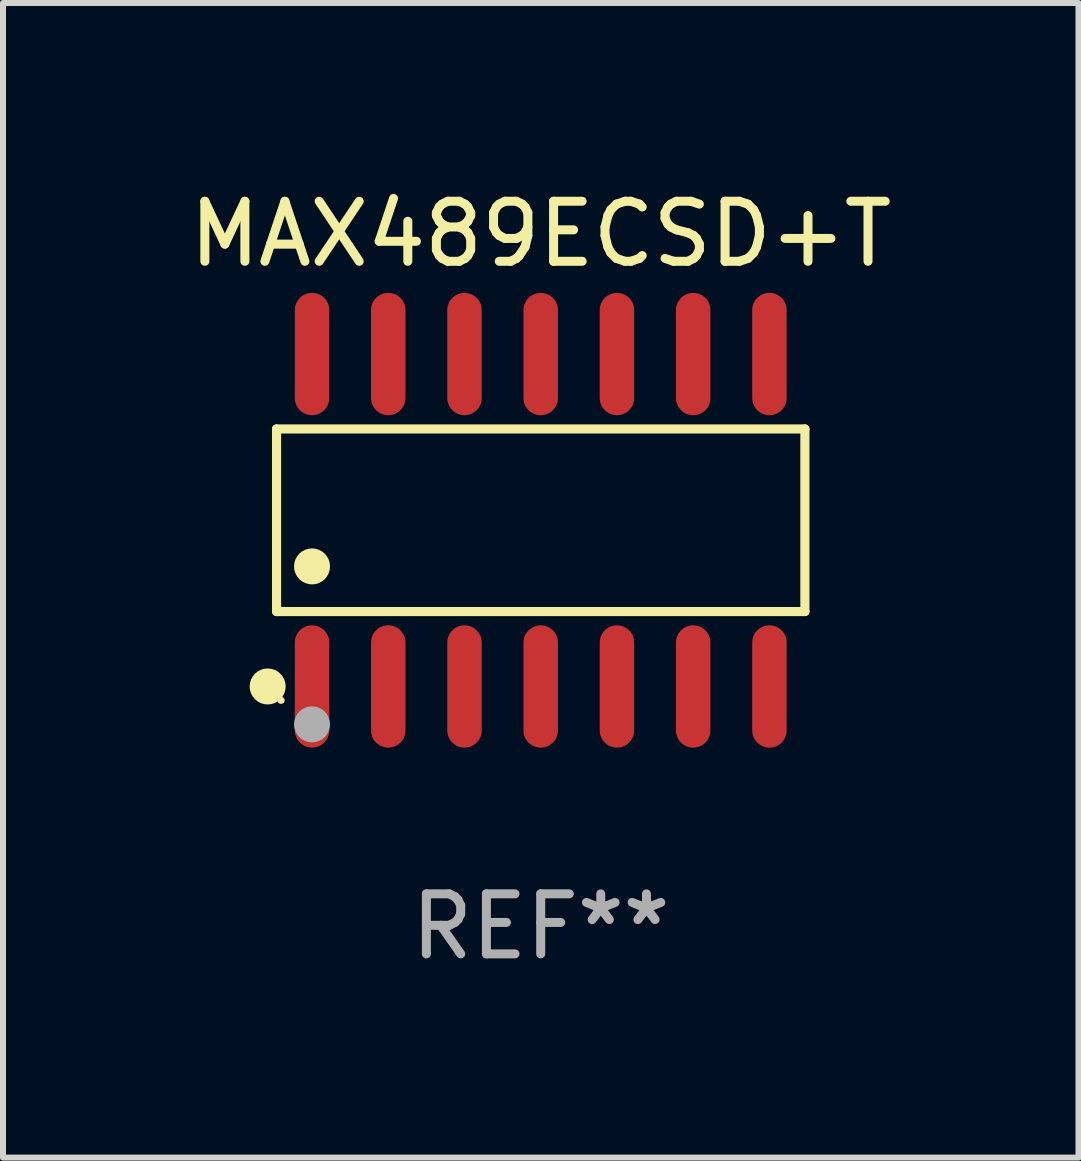
<source format=kicad_pcb>
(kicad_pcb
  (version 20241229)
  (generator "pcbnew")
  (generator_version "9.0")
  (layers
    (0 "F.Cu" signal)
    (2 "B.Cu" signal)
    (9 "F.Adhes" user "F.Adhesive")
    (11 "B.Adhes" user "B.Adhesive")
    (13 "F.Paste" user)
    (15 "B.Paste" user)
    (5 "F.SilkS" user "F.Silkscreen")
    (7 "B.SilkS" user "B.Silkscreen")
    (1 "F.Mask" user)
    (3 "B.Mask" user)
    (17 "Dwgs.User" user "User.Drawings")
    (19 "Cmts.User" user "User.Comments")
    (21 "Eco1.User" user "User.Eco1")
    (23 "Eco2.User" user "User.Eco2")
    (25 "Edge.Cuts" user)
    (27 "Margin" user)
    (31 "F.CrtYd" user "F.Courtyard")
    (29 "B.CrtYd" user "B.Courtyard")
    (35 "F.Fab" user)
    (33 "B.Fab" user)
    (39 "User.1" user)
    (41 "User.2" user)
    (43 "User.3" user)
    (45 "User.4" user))
  (footprint "MAX489ECSD+T"
    (layer "F.Cu")
    (at 5.958 5.617)
    (property "Reference" "MAX489ECSD+T" (at 0 -4.769 0) (layer "F.SilkS") (effects (font (size 1 1) (thickness 0.15))))
    (attr through_hole)
    (fp_line (start -4.401 -1.521) (end 4.401 -1.521) (stroke (width 0.152) (type solid)) (layer "F.SilkS"))
    (fp_line (start -4.401 1.521) (end -4.401 -1.521) (stroke (width 0.152) (type solid)) (layer "F.SilkS"))
    (fp_line (start 4.401 -1.521) (end 4.401 1.521) (stroke (width 0.152) (type solid)) (layer "F.SilkS"))
    (fp_line (start 4.401 1.521) (end -4.401 1.521) (stroke (width 0.152) (type solid)) (layer "F.SilkS"))
    (fp_circle (center -4.549 2.769) (end -4.399 2.769) (stroke (width 0.3) (type solid)) (fill no) (layer "F.SilkS"))
    (fp_circle (center -4.325 3) (end -4.295 3) (stroke (width 0.06) (type solid)) (fill no) (layer "F.SilkS"))
    (fp_circle (center -3.81 0.769) (end -3.66 0.769) (stroke (width 0.3) (type solid)) (fill no) (layer "F.SilkS"))
    (fp_circle (center -3.81 3.4) (end -3.66 3.4) (stroke (width 0.3) (type solid)) (fill no) (layer "F.Fab"))
    (fp_text user "REF**" (at 0 6.769 0) (layer "F.Fab") (effects (font (size 1 1) (thickness 0.15))))
    (pad "1" smd oval (at -3.81 2.769) (size 0.574 2.038) (layers "F.Cu" "F.Mask" "F.Paste"))
    (pad "2" smd oval (at -2.54 2.769) (size 0.574 2.038) (layers "F.Cu" "F.Mask" "F.Paste"))
    (pad "3" smd oval (at -1.27 2.769) (size 0.574 2.038) (layers "F.Cu" "F.Mask" "F.Paste"))
    (pad "4" smd oval (at 0 2.769) (size 0.574 2.038) (layers "F.Cu" "F.Mask" "F.Paste"))
    (pad "5" smd oval (at 1.27 2.769) (size 0.574 2.038) (layers "F.Cu" "F.Mask" "F.Paste"))
    (pad "6" smd oval (at 2.54 2.769) (size 0.574 2.038) (layers "F.Cu" "F.Mask" "F.Paste"))
    (pad "7" smd oval (at 3.81 2.769) (size 0.574 2.038) (layers "F.Cu" "F.Mask" "F.Paste"))
    (pad "8" smd oval (at 3.81 -2.769) (size 0.574 2.038) (layers "F.Cu" "F.Mask" "F.Paste"))
    (pad "9" smd oval (at 2.54 -2.769) (size 0.574 2.038) (layers "F.Cu" "F.Mask" "F.Paste"))
    (pad "10" smd oval (at 1.27 -2.769) (size 0.574 2.038) (layers "F.Cu" "F.Mask" "F.Paste"))
    (pad "11" smd oval (at 0 -2.769) (size 0.574 2.038) (layers "F.Cu" "F.Mask" "F.Paste"))
    (pad "12" smd oval (at -1.27 -2.769) (size 0.574 2.038) (layers "F.Cu" "F.Mask" "F.Paste"))
    (pad "13" smd oval (at -2.54 -2.769) (size 0.574 2.038) (layers "F.Cu" "F.Mask" "F.Paste"))
    (pad "14" smd oval (at -3.81 -2.769) (size 0.574 2.038) (layers "F.Cu" "F.Mask" "F.Paste")))
  (gr_rect
    (start -3 -3)
    (end 14.917 16.235)
    (stroke (width 0.1) (type default))
    (fill no)
    (layer "Edge.Cuts")))
</source>
